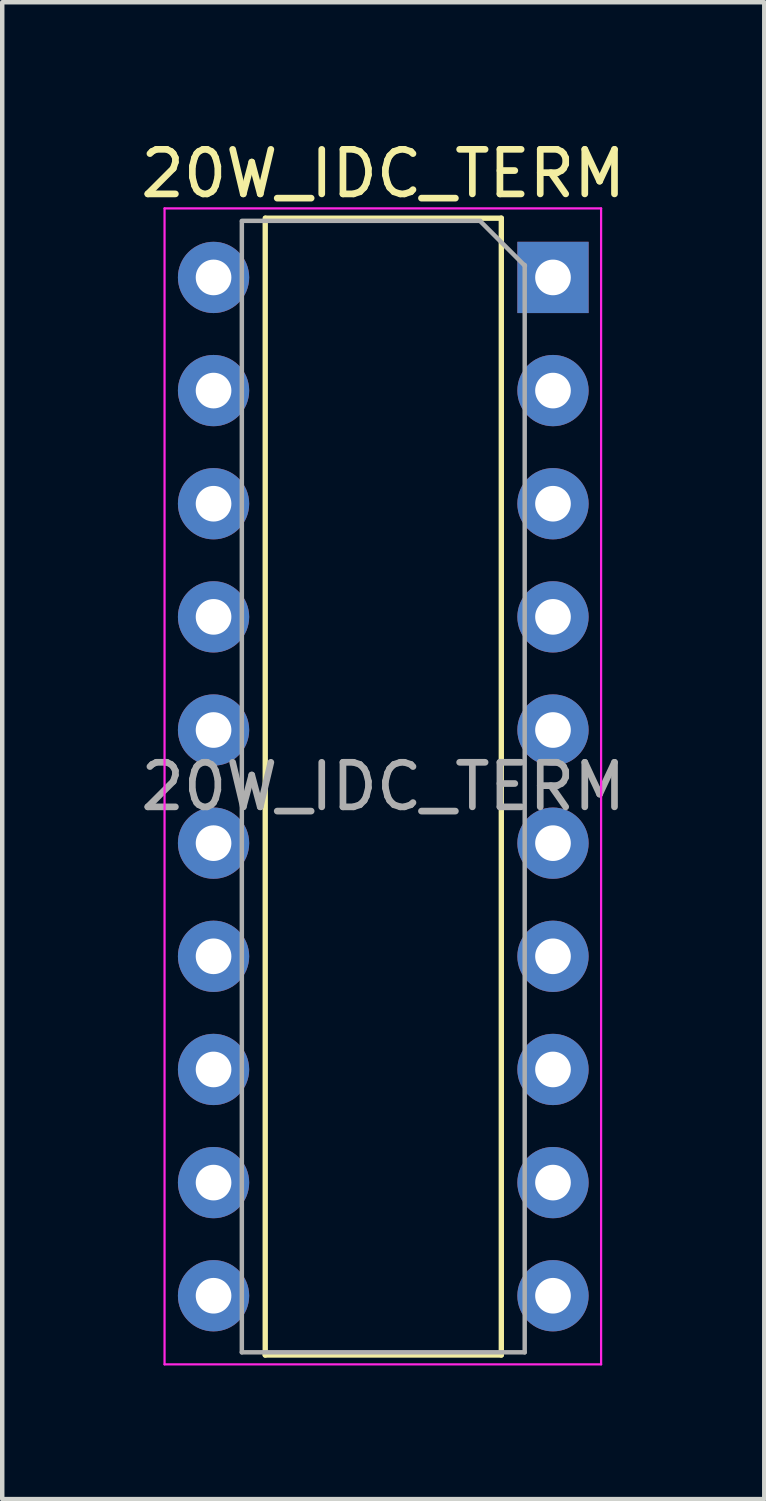
<source format=kicad_pcb>
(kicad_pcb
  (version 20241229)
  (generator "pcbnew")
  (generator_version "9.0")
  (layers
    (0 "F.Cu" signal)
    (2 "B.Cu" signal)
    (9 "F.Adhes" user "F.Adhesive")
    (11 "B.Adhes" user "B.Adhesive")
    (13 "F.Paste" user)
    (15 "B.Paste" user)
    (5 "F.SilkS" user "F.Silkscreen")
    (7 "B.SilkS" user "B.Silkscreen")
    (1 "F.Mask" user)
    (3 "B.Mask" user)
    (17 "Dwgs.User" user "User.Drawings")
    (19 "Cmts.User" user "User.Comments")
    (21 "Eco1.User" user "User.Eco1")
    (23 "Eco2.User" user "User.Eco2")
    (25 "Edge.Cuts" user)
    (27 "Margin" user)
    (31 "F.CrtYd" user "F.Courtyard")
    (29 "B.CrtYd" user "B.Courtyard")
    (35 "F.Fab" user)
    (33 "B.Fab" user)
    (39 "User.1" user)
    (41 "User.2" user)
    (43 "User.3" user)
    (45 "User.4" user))
  (footprint "20W_IDC_TERM"
    (layer "F.Cu")
    (at 1.744 3.178)
    (property "Reference" "20W_IDC_TERM" (at 3.81 -2.33 0) (layer "F.SilkS") (effects (font (size 1 1) (thickness 0.15))))
    (attr through_hole)
    (fp_line (start 1.16 -1.33) (end 1.16 24.19) (stroke (width 0.12) (type solid)) (layer "F.SilkS"))
    (fp_line (start 1.16 24.19) (end 6.46 24.19) (stroke (width 0.12) (type solid)) (layer "F.SilkS"))
    (fp_line (start 6.46 -1.33) (end 1.17 -1.33) (stroke (width 0.12) (type solid)) (layer "F.SilkS"))
    (fp_line (start 6.46 24.19) (end 6.46 -1.33) (stroke (width 0.12) (type solid)) (layer "F.SilkS"))
    (fp_line (start -1.1 -1.55) (end -1.1 24.4) (stroke (width 0.05) (type solid)) (layer "F.CrtYd"))
    (fp_line (start -1.1 24.4) (end 8.7 24.4) (stroke (width 0.05) (type solid)) (layer "F.CrtYd"))
    (fp_line (start 8.7 -1.55) (end -1.1 -1.55) (stroke (width 0.05) (type solid)) (layer "F.CrtYd"))
    (fp_line (start 8.7 24.4) (end 8.7 -1.55) (stroke (width 0.05) (type solid)) (layer "F.CrtYd"))
    (fp_line (start 0.635 -1.27) (end 5.99 -1.27) (stroke (width 0.1) (type solid)) (layer "F.Fab"))
    (fp_line (start 0.635 24.13) (end 0.635 -1.25) (stroke (width 0.1) (type solid)) (layer "F.Fab"))
    (fp_line (start 6.985 -0.28) (end 6.985 24.13) (stroke (width 0.1) (type solid)) (layer "F.Fab"))
    (fp_line (start 6.985 24.13) (end 0.635 24.13) (stroke (width 0.1) (type solid)) (layer "F.Fab"))
    (fp_line (start 6.99 -0.26) (end 5.99 -1.26) (stroke (width 0.1) (type solid)) (layer "F.Fab"))
    (fp_text user "${REFERENCE}" (at 3.81 11.43 0) (layer "F.Fab") (effects (font (size 1 1) (thickness 0.15))))
    (pad "1" thru_hole rect (at 7.62 0) (size 1.6 1.6) (drill 0.8) (layers "*.Cu" "*.Mask"))
    (pad "2" thru_hole circle (at 0 0) (size 1.6 1.6) (drill 0.8) (layers "*.Cu" "*.Mask"))
    (pad "3" thru_hole oval (at 7.62 2.54) (size 1.6 1.6) (drill 0.8) (layers "*.Cu" "*.Mask"))
    (pad "4" thru_hole oval (at 0 2.54) (size 1.6 1.6) (drill 0.8) (layers "*.Cu" "*.Mask"))
    (pad "5" thru_hole oval (at 7.62 5.08) (size 1.6 1.6) (drill 0.8) (layers "*.Cu" "*.Mask"))
    (pad "6" thru_hole oval (at 0 5.08) (size 1.6 1.6) (drill 0.8) (layers "*.Cu" "*.Mask"))
    (pad "7" thru_hole oval (at 7.62 7.62) (size 1.6 1.6) (drill 0.8) (layers "*.Cu" "*.Mask"))
    (pad "8" thru_hole oval (at 0 7.62) (size 1.6 1.6) (drill 0.8) (layers "*.Cu" "*.Mask"))
    (pad "9" thru_hole oval (at 7.62 10.16) (size 1.6 1.6) (drill 0.8) (layers "*.Cu" "*.Mask"))
    (pad "10" thru_hole oval (at 0 10.16) (size 1.6 1.6) (drill 0.8) (layers "*.Cu" "*.Mask"))
    (pad "11" thru_hole oval (at 7.62 12.7) (size 1.6 1.6) (drill 0.8) (layers "*.Cu" "*.Mask"))
    (pad "12" thru_hole oval (at 0 12.7) (size 1.6 1.6) (drill 0.8) (layers "*.Cu" "*.Mask"))
    (pad "13" thru_hole oval (at 7.62 15.24) (size 1.6 1.6) (drill 0.8) (layers "*.Cu" "*.Mask"))
    (pad "14" thru_hole oval (at 0 15.24) (size 1.6 1.6) (drill 0.8) (layers "*.Cu" "*.Mask"))
    (pad "15" thru_hole oval (at 7.62 17.78) (size 1.6 1.6) (drill 0.8) (layers "*.Cu" "*.Mask"))
    (pad "16" thru_hole oval (at 0 17.78) (size 1.6 1.6) (drill 0.8) (layers "*.Cu" "*.Mask"))
    (pad "17" thru_hole oval (at 7.62 20.32) (size 1.6 1.6) (drill 0.8) (layers "*.Cu" "*.Mask"))
    (pad "18" thru_hole oval (at 0 20.32) (size 1.6 1.6) (drill 0.8) (layers "*.Cu" "*.Mask"))
    (pad "19" thru_hole oval (at 7.62 22.86) (size 1.6 1.6) (drill 0.8) (layers "*.Cu" "*.Mask"))
    (pad "20" thru_hole oval (at 0 22.86) (size 1.6 1.6) (drill 0.8) (layers "*.Cu" "*.Mask")))
  (gr_rect
    (start -3 -3)
    (end 14.107 30.603)
    (stroke (width 0.1) (type default))
    (fill no)
    (layer "Edge.Cuts")))
</source>
